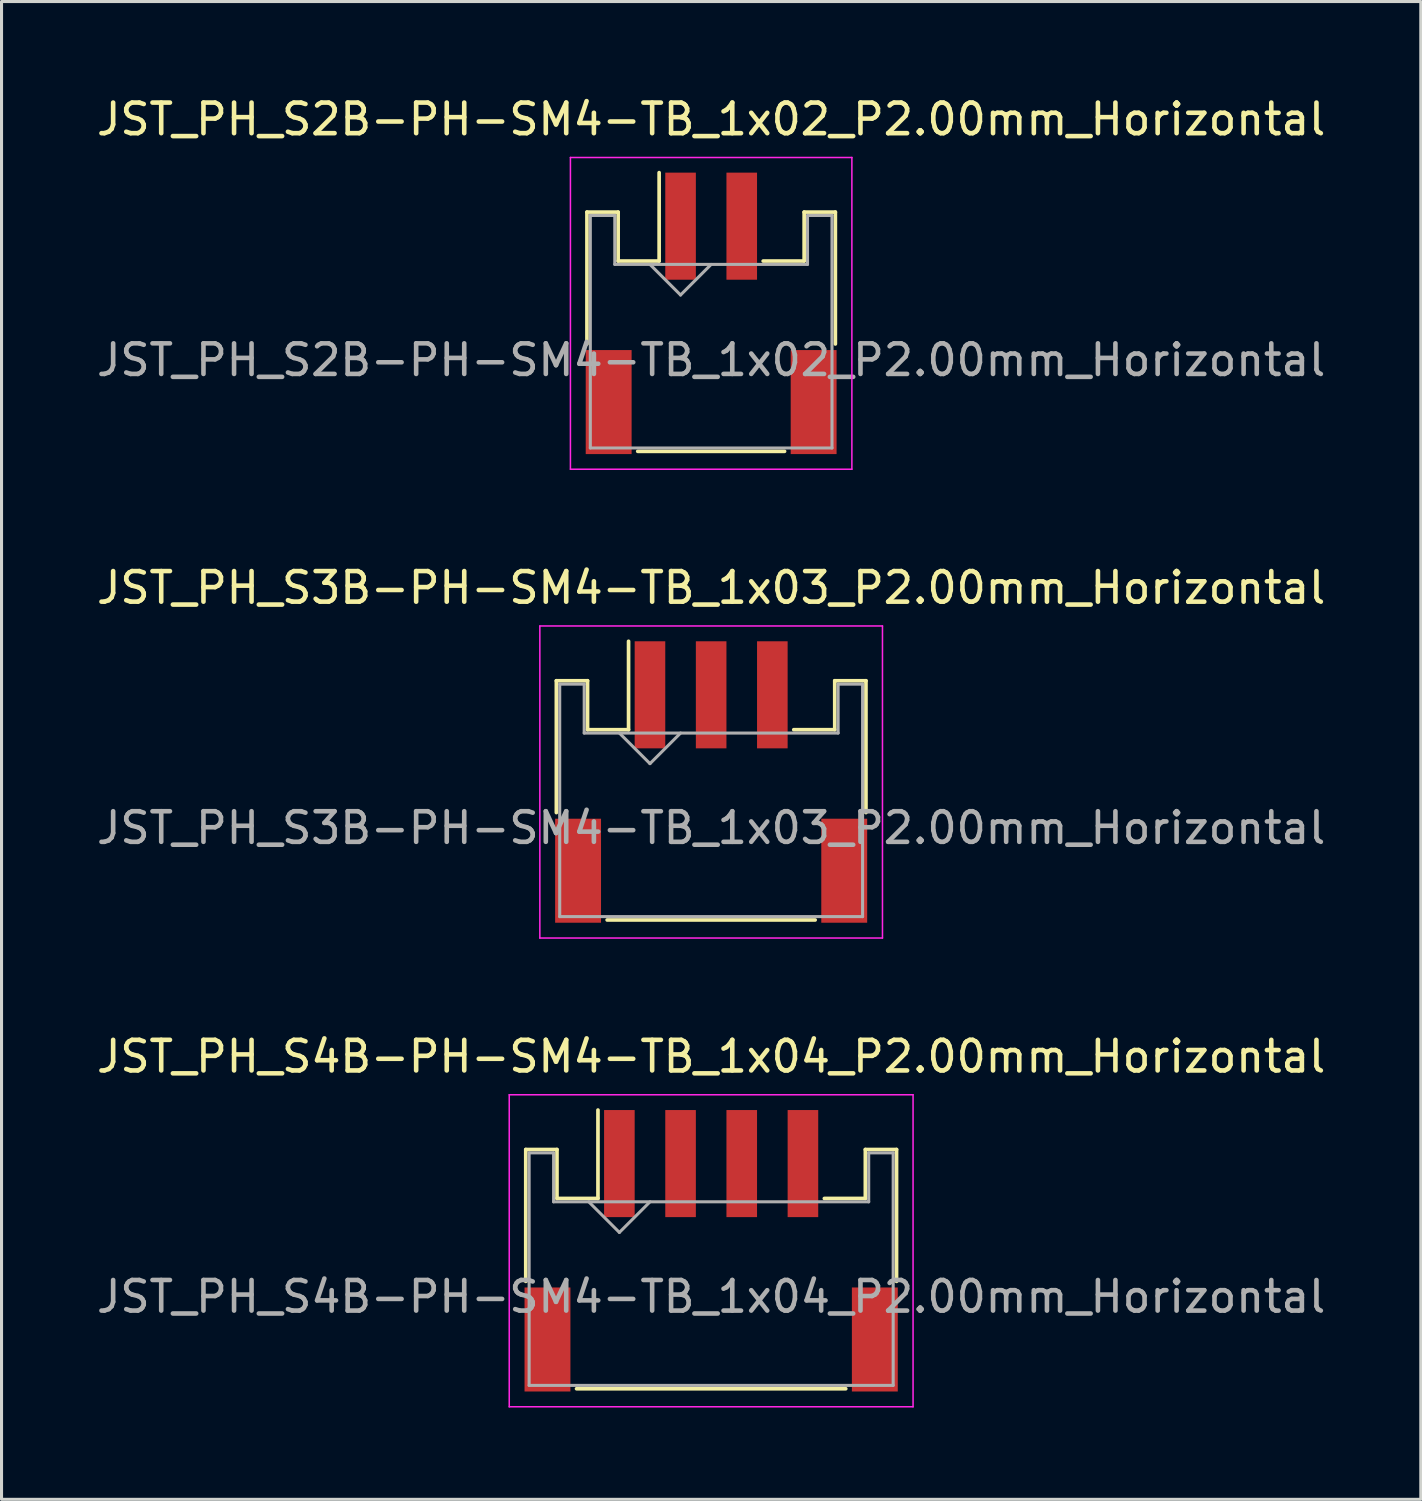
<source format=kicad_pcb>
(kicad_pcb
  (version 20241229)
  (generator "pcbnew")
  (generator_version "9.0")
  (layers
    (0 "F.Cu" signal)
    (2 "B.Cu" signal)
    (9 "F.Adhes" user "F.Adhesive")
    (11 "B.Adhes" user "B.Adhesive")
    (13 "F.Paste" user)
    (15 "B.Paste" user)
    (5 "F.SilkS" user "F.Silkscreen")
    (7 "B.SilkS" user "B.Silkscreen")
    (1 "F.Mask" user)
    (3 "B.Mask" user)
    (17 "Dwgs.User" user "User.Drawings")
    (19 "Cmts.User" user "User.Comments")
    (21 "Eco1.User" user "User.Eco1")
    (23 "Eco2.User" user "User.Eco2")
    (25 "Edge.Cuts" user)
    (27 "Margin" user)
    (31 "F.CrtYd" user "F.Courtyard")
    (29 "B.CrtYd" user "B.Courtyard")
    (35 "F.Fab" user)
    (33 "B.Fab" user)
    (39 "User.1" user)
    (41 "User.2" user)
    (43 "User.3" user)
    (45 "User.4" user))
  (footprint "JST_PH_S4B-PH-SM4-TB_1x04_P2.00mm_Horizontal"
    (layer "F.Cu")
    (at 20.196 37.835)
    (property "Reference" "JST_PH_S4B-PH-SM4-TB_1x04_P2.00mm_Horizontal" (at 0 -6.35 0) (layer "F.SilkS") (effects (font (size 1 1) (thickness 0.15))))
    (attr smd)
    (fp_line (start -6.06 -3.31) (end -6.06 1) (stroke (width 0.12) (type solid)) (layer "F.SilkS"))
    (fp_line (start -5.04 -3.31) (end -6.06 -3.31) (stroke (width 0.12) (type solid)) (layer "F.SilkS"))
    (fp_line (start -5.04 -1.71) (end -5.04 -3.31) (stroke (width 0.12) (type solid)) (layer "F.SilkS"))
    (fp_line (start -4.4 4.51) (end 4.4 4.51) (stroke (width 0.12) (type solid)) (layer "F.SilkS"))
    (fp_line (start -3.7 -1.71) (end -5.04 -1.71) (stroke (width 0.12) (type solid)) (layer "F.SilkS"))
    (fp_line (start -3.7 -1.71) (end -3.7 -4.6) (stroke (width 0.12) (type solid)) (layer "F.SilkS"))
    (fp_line (start 5.04 -3.31) (end 5.04 -1.71) (stroke (width 0.12) (type solid)) (layer "F.SilkS"))
    (fp_line (start 5.04 -1.71) (end 3.7 -1.71) (stroke (width 0.12) (type solid)) (layer "F.SilkS"))
    (fp_line (start 6.06 -3.31) (end 5.04 -3.31) (stroke (width 0.12) (type solid)) (layer "F.SilkS"))
    (fp_line (start 6.06 1) (end 6.06 -3.31) (stroke (width 0.12) (type solid)) (layer "F.SilkS"))
    (fp_line (start -6.6 -5.1) (end -6.6 5.1) (stroke (width 0.05) (type solid)) (layer "F.CrtYd"))
    (fp_line (start -6.6 5.1) (end 6.6 5.1) (stroke (width 0.05) (type solid)) (layer "F.CrtYd"))
    (fp_line (start 6.6 -5.1) (end -6.6 -5.1) (stroke (width 0.05) (type solid)) (layer "F.CrtYd"))
    (fp_line (start 6.6 5.1) (end 6.6 -5.1) (stroke (width 0.05) (type solid)) (layer "F.CrtYd"))
    (fp_line (start -5.95 -3.2) (end -5.95 4.4) (stroke (width 0.1) (type solid)) (layer "F.Fab"))
    (fp_line (start -5.95 4.4) (end 5.95 4.4) (stroke (width 0.1) (type solid)) (layer "F.Fab"))
    (fp_line (start -5.15 -3.2) (end -5.95 -3.2) (stroke (width 0.1) (type solid)) (layer "F.Fab"))
    (fp_line (start -5.15 -1.6) (end -5.15 -3.2) (stroke (width 0.1) (type solid)) (layer "F.Fab"))
    (fp_line (start -4 -1.6) (end -3 -0.6) (stroke (width 0.1) (type solid)) (layer "F.Fab"))
    (fp_line (start -3 -0.6) (end -2 -1.6) (stroke (width 0.1) (type solid)) (layer "F.Fab"))
    (fp_line (start 5.15 -3.2) (end 5.15 -1.6) (stroke (width 0.1) (type solid)) (layer "F.Fab"))
    (fp_line (start 5.15 -1.6) (end -5.15 -1.6) (stroke (width 0.1) (type solid)) (layer "F.Fab"))
    (fp_line (start 5.95 -3.2) (end 5.15 -3.2) (stroke (width 0.1) (type solid)) (layer "F.Fab"))
    (fp_line (start 5.95 4.4) (end 5.95 -3.2) (stroke (width 0.1) (type solid)) (layer "F.Fab"))
    (fp_text user "${REFERENCE}" (at 0 1.5 0) (layer "F.Fab") (effects (font (size 1 1) (thickness 0.15))))
    (pad "" smd rect (at -5.35 2.9) (size 1.5 3.4) (layers "F.Cu" "F.Mask" "F.Paste"))
    (pad "" smd rect (at 5.35 2.9) (size 1.5 3.4) (layers "F.Cu" "F.Mask" "F.Paste"))
    (pad "1" smd rect (at -3 -2.85) (size 1 3.5) (layers "F.Cu" "F.Mask" "F.Paste"))
    (pad "2" smd rect (at -1 -2.85) (size 1 3.5) (layers "F.Cu" "F.Mask" "F.Paste"))
    (pad "3" smd rect (at 1 -2.85) (size 1 3.5) (layers "F.Cu" "F.Mask" "F.Paste"))
    (pad "4" smd rect (at 3 -2.85) (size 1 3.5) (layers "F.Cu" "F.Mask" "F.Paste")))
  (footprint "JST_PH_S3B-PH-SM4-TB_1x03_P2.00mm_Horizontal"
    (layer "F.Cu")
    (at 20.196 22.512)
    (property "Reference" "JST_PH_S3B-PH-SM4-TB_1x03_P2.00mm_Horizontal" (at 0 -6.35 0) (layer "F.SilkS") (effects (font (size 1 1) (thickness 0.15))))
    (attr smd)
    (fp_line (start -5.06 -3.31) (end -5.06 1) (stroke (width 0.12) (type solid)) (layer "F.SilkS"))
    (fp_line (start -4.04 -3.31) (end -5.06 -3.31) (stroke (width 0.12) (type solid)) (layer "F.SilkS"))
    (fp_line (start -4.04 -1.71) (end -4.04 -3.31) (stroke (width 0.12) (type solid)) (layer "F.SilkS"))
    (fp_line (start -3.4 4.51) (end 3.4 4.51) (stroke (width 0.12) (type solid)) (layer "F.SilkS"))
    (fp_line (start -2.7 -1.71) (end -4.04 -1.71) (stroke (width 0.12) (type solid)) (layer "F.SilkS"))
    (fp_line (start -2.7 -1.71) (end -2.7 -4.6) (stroke (width 0.12) (type solid)) (layer "F.SilkS"))
    (fp_line (start 4.04 -3.31) (end 4.04 -1.71) (stroke (width 0.12) (type solid)) (layer "F.SilkS"))
    (fp_line (start 4.04 -1.71) (end 2.7 -1.71) (stroke (width 0.12) (type solid)) (layer "F.SilkS"))
    (fp_line (start 5.06 -3.31) (end 4.04 -3.31) (stroke (width 0.12) (type solid)) (layer "F.SilkS"))
    (fp_line (start 5.06 1) (end 5.06 -3.31) (stroke (width 0.12) (type solid)) (layer "F.SilkS"))
    (fp_line (start -5.6 -5.1) (end -5.6 5.1) (stroke (width 0.05) (type solid)) (layer "F.CrtYd"))
    (fp_line (start -5.6 5.1) (end 5.6 5.1) (stroke (width 0.05) (type solid)) (layer "F.CrtYd"))
    (fp_line (start 5.6 -5.1) (end -5.6 -5.1) (stroke (width 0.05) (type solid)) (layer "F.CrtYd"))
    (fp_line (start 5.6 5.1) (end 5.6 -5.1) (stroke (width 0.05) (type solid)) (layer "F.CrtYd"))
    (fp_line (start -4.95 -3.2) (end -4.95 4.4) (stroke (width 0.1) (type solid)) (layer "F.Fab"))
    (fp_line (start -4.95 4.4) (end 4.95 4.4) (stroke (width 0.1) (type solid)) (layer "F.Fab"))
    (fp_line (start -4.15 -3.2) (end -4.95 -3.2) (stroke (width 0.1) (type solid)) (layer "F.Fab"))
    (fp_line (start -4.15 -1.6) (end -4.15 -3.2) (stroke (width 0.1) (type solid)) (layer "F.Fab"))
    (fp_line (start -3 -1.6) (end -2 -0.6) (stroke (width 0.1) (type solid)) (layer "F.Fab"))
    (fp_line (start -2 -0.6) (end -1 -1.6) (stroke (width 0.1) (type solid)) (layer "F.Fab"))
    (fp_line (start 4.15 -3.2) (end 4.15 -1.6) (stroke (width 0.1) (type solid)) (layer "F.Fab"))
    (fp_line (start 4.15 -1.6) (end -4.15 -1.6) (stroke (width 0.1) (type solid)) (layer "F.Fab"))
    (fp_line (start 4.95 -3.2) (end 4.15 -3.2) (stroke (width 0.1) (type solid)) (layer "F.Fab"))
    (fp_line (start 4.95 4.4) (end 4.95 -3.2) (stroke (width 0.1) (type solid)) (layer "F.Fab"))
    (fp_text user "${REFERENCE}" (at 0 1.5 0) (layer "F.Fab") (effects (font (size 1 1) (thickness 0.15))))
    (pad "" smd rect (at -4.35 2.9) (size 1.5 3.4) (layers "F.Cu" "F.Mask" "F.Paste"))
    (pad "" smd rect (at 4.35 2.9) (size 1.5 3.4) (layers "F.Cu" "F.Mask" "F.Paste"))
    (pad "1" smd rect (at -2 -2.85) (size 1 3.5) (layers "F.Cu" "F.Mask" "F.Paste"))
    (pad "2" smd rect (at 0 -2.85) (size 1 3.5) (layers "F.Cu" "F.Mask" "F.Paste"))
    (pad "3" smd rect (at 2 -2.85) (size 1 3.5) (layers "F.Cu" "F.Mask" "F.Paste")))
  (footprint "JST_PH_S2B-PH-SM4-TB_1x02_P2.00mm_Horizontal"
    (layer "F.Cu")
    (at 20.196 7.218)
    (property "Reference" "JST_PH_S2B-PH-SM4-TB_1x02_P2.00mm_Horizontal" (at 0 -6.37 0) (layer "F.SilkS") (effects (font (size 1 1) (thickness 0.15))))
    (attr smd)
    (fp_line (start -4.06 -3.335) (end -4.06 0.975) (stroke (width 0.12) (type solid)) (layer "F.SilkS"))
    (fp_line (start -3.04 -3.335) (end -4.06 -3.335) (stroke (width 0.12) (type solid)) (layer "F.SilkS"))
    (fp_line (start -3.04 -1.735) (end -3.04 -3.335) (stroke (width 0.12) (type solid)) (layer "F.SilkS"))
    (fp_line (start -2.4 4.485) (end 2.4 4.485) (stroke (width 0.12) (type solid)) (layer "F.SilkS"))
    (fp_line (start -1.7 -1.735) (end -3.04 -1.735) (stroke (width 0.12) (type solid)) (layer "F.SilkS"))
    (fp_line (start -1.7 -1.735) (end -1.7 -4.625) (stroke (width 0.12) (type solid)) (layer "F.SilkS"))
    (fp_line (start 3.04 -3.335) (end 3.04 -1.735) (stroke (width 0.12) (type solid)) (layer "F.SilkS"))
    (fp_line (start 3.04 -1.735) (end 1.7 -1.735) (stroke (width 0.12) (type solid)) (layer "F.SilkS"))
    (fp_line (start 4.06 -3.335) (end 3.04 -3.335) (stroke (width 0.12) (type solid)) (layer "F.SilkS"))
    (fp_line (start 4.06 0.975) (end 4.06 -3.335) (stroke (width 0.12) (type solid)) (layer "F.SilkS"))
    (fp_line (start -4.6 -5.12) (end -4.6 5.07) (stroke (width 0.05) (type solid)) (layer "F.CrtYd"))
    (fp_line (start -4.6 5.07) (end 4.6 5.07) (stroke (width 0.05) (type solid)) (layer "F.CrtYd"))
    (fp_line (start 4.6 -5.12) (end -4.6 -5.12) (stroke (width 0.05) (type solid)) (layer "F.CrtYd"))
    (fp_line (start 4.6 5.07) (end 4.6 -5.12) (stroke (width 0.05) (type solid)) (layer "F.CrtYd"))
    (fp_line (start -3.95 -3.225) (end -3.95 4.375) (stroke (width 0.1) (type solid)) (layer "F.Fab"))
    (fp_line (start -3.95 4.375) (end 3.95 4.375) (stroke (width 0.1) (type solid)) (layer "F.Fab"))
    (fp_line (start -3.15 -3.225) (end -3.95 -3.225) (stroke (width 0.1) (type solid)) (layer "F.Fab"))
    (fp_line (start -3.15 -1.625) (end -3.15 -3.225) (stroke (width 0.1) (type solid)) (layer "F.Fab"))
    (fp_line (start -2 -1.625) (end -1 -0.625) (stroke (width 0.1) (type solid)) (layer "F.Fab"))
    (fp_line (start -1 -0.625) (end 0 -1.625) (stroke (width 0.1) (type solid)) (layer "F.Fab"))
    (fp_line (start 3.15 -3.225) (end 3.15 -1.625) (stroke (width 0.1) (type solid)) (layer "F.Fab"))
    (fp_line (start 3.15 -1.625) (end -3.15 -1.625) (stroke (width 0.1) (type solid)) (layer "F.Fab"))
    (fp_line (start 3.95 -3.225) (end 3.15 -3.225) (stroke (width 0.1) (type solid)) (layer "F.Fab"))
    (fp_line (start 3.95 4.375) (end 3.95 -3.225) (stroke (width 0.1) (type solid)) (layer "F.Fab"))
    (fp_text user "${REFERENCE}" (at 0 1.5 0) (layer "F.Fab") (effects (font (size 1 1) (thickness 0.15))))
    (pad "" smd rect (at -3.35 2.875) (size 1.5 3.4) (layers "F.Cu" "F.Mask" "F.Paste"))
    (pad "" smd rect (at 3.35 2.875) (size 1.5 3.4) (layers "F.Cu" "F.Mask" "F.Paste"))
    (pad "1" smd rect (at -1 -2.875) (size 1 3.5) (layers "F.Cu" "F.Mask" "F.Paste"))
    (pad "2" smd rect (at 1 -2.875) (size 1 3.5) (layers "F.Cu" "F.Mask" "F.Paste")))
  (gr_rect
    (start -3 -3)
    (end 43.393 45.96)
    (stroke (width 0.1) (type default))
    (fill no)
    (layer "Edge.Cuts")))
</source>
